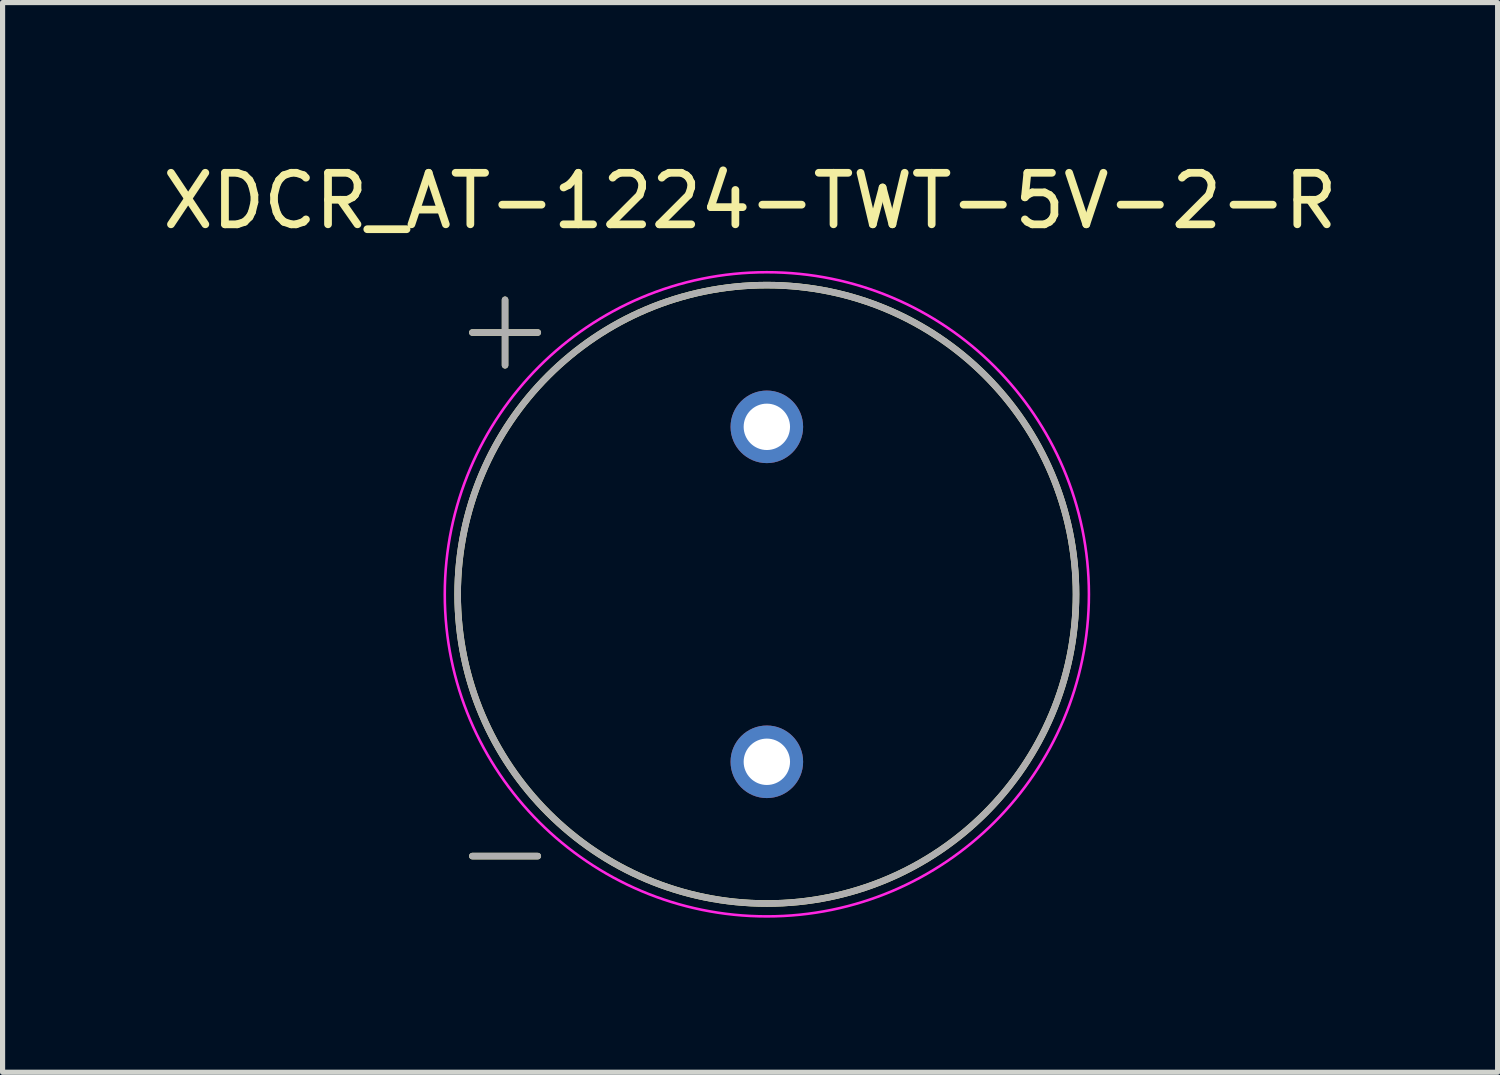
<source format=kicad_pcb>
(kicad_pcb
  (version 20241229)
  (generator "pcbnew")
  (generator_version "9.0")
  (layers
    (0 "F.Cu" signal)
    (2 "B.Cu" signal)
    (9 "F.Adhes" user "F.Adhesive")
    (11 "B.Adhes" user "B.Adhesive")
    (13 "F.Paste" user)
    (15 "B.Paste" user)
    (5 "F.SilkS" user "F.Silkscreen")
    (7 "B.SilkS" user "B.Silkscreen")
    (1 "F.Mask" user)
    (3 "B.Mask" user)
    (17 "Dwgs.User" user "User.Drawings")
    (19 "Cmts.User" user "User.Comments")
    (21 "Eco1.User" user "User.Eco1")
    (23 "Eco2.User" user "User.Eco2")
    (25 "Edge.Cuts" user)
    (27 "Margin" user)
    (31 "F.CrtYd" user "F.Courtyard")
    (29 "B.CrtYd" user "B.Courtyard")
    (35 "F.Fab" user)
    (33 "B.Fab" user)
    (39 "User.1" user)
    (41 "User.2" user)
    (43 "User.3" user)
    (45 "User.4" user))
  (footprint "XDCR_AT-1224-TWT-5V-2-R"
    (layer "F.Cu")
    (at 11.831 8.483)
    (property "Reference" "XDCR_AT-1224-TWT-5V-2-R" (at -0.325 -7.635 0) (layer "F.SilkS") (effects (font (size 1 1) (thickness 0.15))))
    (attr through_hole)
    (fp_line (start -5.715 -5.08) (end -4.445 -5.08) (stroke (width 0.127) (type solid)) (layer "F.SilkS"))
    (fp_line (start -5.715 5.08) (end -4.445 5.08) (stroke (width 0.127) (type solid)) (layer "F.SilkS"))
    (fp_line (start -5.08 -5.715) (end -5.08 -4.445) (stroke (width 0.127) (type solid)) (layer "F.SilkS"))
    (fp_circle (center 0 0) (end 6 0) (stroke (width 0.127) (type solid)) (fill no) (layer "F.SilkS"))
    (fp_circle (center 0 0) (end 6.25 0) (stroke (width 0.05) (type solid)) (fill no) (layer "F.CrtYd"))
    (fp_line (start -5.715 -5.08) (end -4.445 -5.08) (stroke (width 0.127) (type solid)) (layer "F.Fab"))
    (fp_line (start -5.715 5.08) (end -4.445 5.08) (stroke (width 0.127) (type solid)) (layer "F.Fab"))
    (fp_line (start -5.08 -5.715) (end -5.08 -4.445) (stroke (width 0.127) (type solid)) (layer "F.Fab"))
    (fp_circle (center 0 0) (end 6 0) (stroke (width 0.127) (type solid)) (fill no) (layer "F.Fab"))
    (pad "N" thru_hole circle (at 0 3.25) (size 1.408 1.408) (drill 0.9) (layers "*.Cu" "*.Mask"))
    (pad "P" thru_hole circle (at 0 -3.25) (size 1.408 1.408) (drill 0.9) (layers "*.Cu" "*.Mask")))
  (gr_rect
    (start -3 -3)
    (end 26.012 17.758)
    (stroke (width 0.1) (type default))
    (fill no)
    (layer "Edge.Cuts")))
</source>
